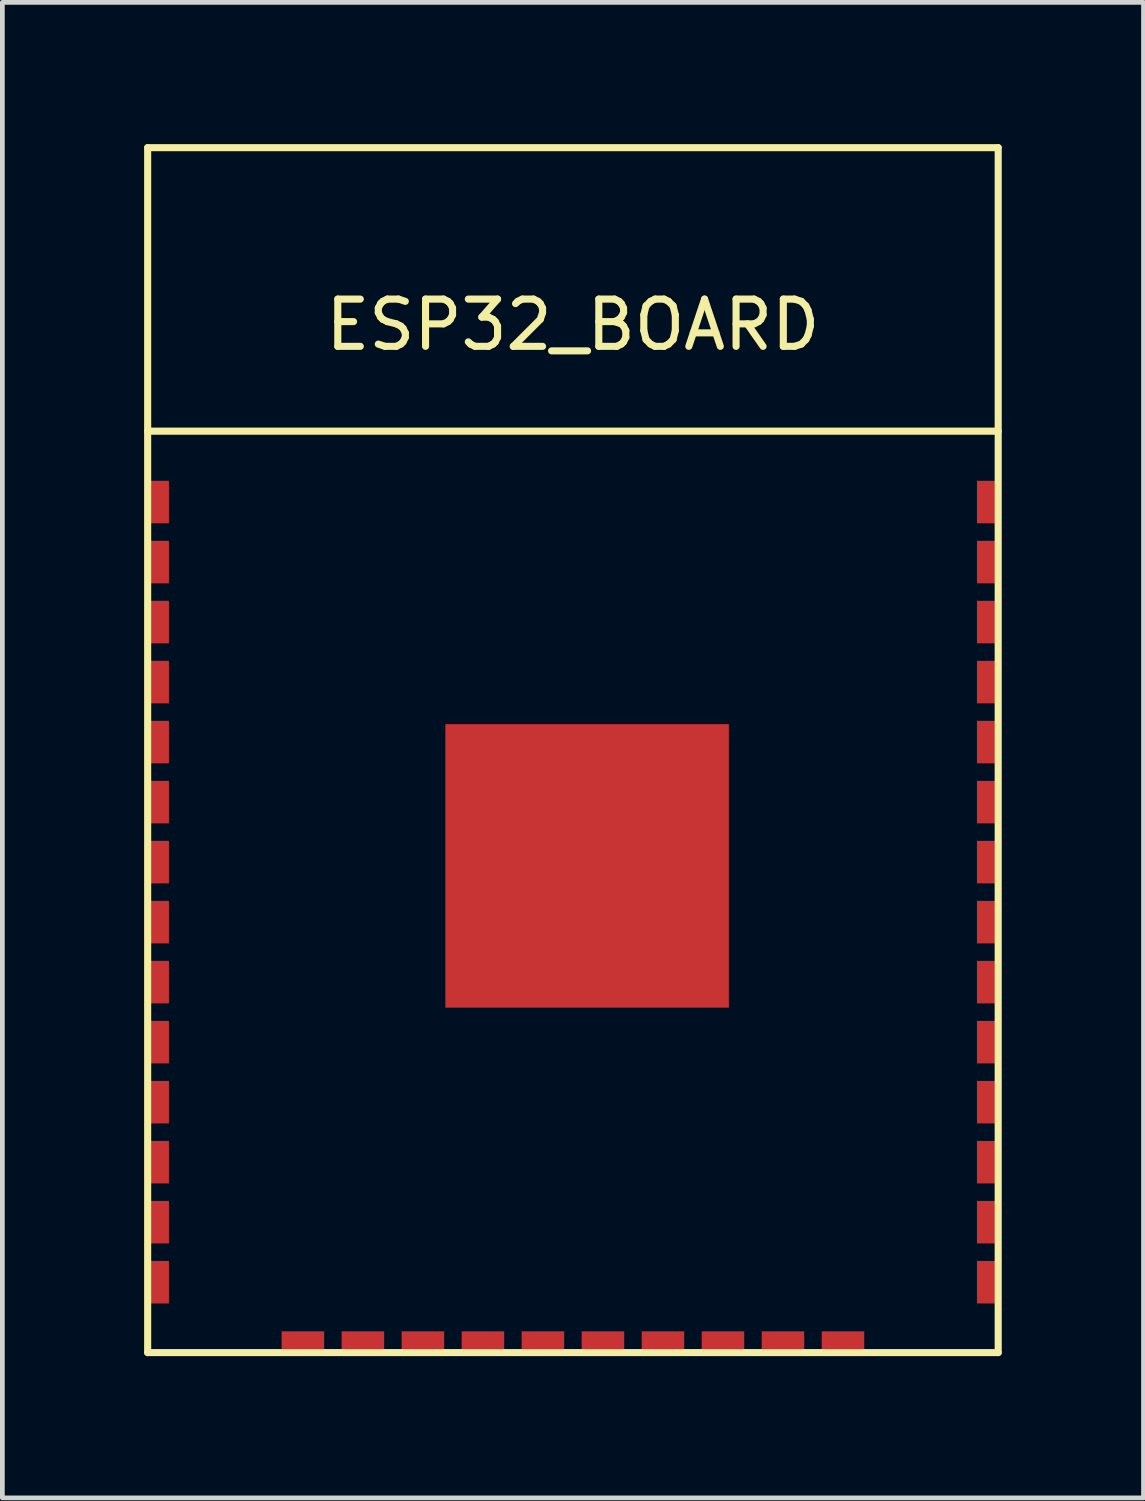
<source format=kicad_pcb>
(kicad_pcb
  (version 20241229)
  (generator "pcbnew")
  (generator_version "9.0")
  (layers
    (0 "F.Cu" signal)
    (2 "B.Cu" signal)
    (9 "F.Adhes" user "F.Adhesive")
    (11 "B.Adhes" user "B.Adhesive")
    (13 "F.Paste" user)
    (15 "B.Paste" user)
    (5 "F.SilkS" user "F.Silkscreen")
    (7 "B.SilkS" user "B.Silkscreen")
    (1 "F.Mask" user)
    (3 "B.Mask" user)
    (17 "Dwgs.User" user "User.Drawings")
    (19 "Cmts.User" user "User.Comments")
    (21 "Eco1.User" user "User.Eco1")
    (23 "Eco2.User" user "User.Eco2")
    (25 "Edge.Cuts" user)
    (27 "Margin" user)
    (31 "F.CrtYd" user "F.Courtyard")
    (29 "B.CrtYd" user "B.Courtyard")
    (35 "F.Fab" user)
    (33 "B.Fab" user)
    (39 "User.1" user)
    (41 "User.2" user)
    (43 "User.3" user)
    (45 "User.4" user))
  (footprint "ESP32_BOARD"
    (layer "F.Cu")
    (at 9.075 12.825)
    (property "Reference" "ESP32_BOARD" (at 0 -9 0) (layer "F.SilkS") (effects (font (size 1 1) (thickness 0.15))))
    (attr through_hole)
    (fp_line (start -9 -12.75) (end 9 -12.75) (stroke (width 0.15) (type solid)) (layer "F.SilkS"))
    (fp_line (start -9 -6.75) (end 9 -6.75) (stroke (width 0.15) (type solid)) (layer "F.SilkS"))
    (fp_line (start -9 12.75) (end -9 -12.75) (stroke (width 0.15) (type solid)) (layer "F.SilkS"))
    (fp_line (start 9 -12.75) (end 9 12.75) (stroke (width 0.15) (type solid)) (layer "F.SilkS"))
    (fp_line (start 9 12.75) (end -9 12.75) (stroke (width 0.15) (type solid)) (layer "F.SilkS"))
    (pad "1" smd rect (at -8.775 -5.25) (size 0.45 0.9) (layers "F.Cu" "F.Mask" "F.Paste"))
    (pad "2" smd rect (at -8.775 -3.98) (size 0.45 0.9) (layers "F.Cu" "F.Mask" "F.Paste"))
    (pad "3" smd rect (at -8.775 -2.71) (size 0.45 0.9) (layers "F.Cu" "F.Mask" "F.Paste"))
    (pad "4" smd rect (at -8.775 -1.44) (size 0.45 0.9) (layers "F.Cu" "F.Mask" "F.Paste"))
    (pad "5" smd rect (at -8.775 -0.17) (size 0.45 0.9) (layers "F.Cu" "F.Mask" "F.Paste"))
    (pad "6" smd rect (at -8.775 1.1) (size 0.45 0.9) (layers "F.Cu" "F.Mask" "F.Paste"))
    (pad "7" smd rect (at -8.775 2.37) (size 0.45 0.9) (layers "F.Cu" "F.Mask" "F.Paste"))
    (pad "8" smd rect (at -8.775 3.64) (size 0.45 0.9) (layers "F.Cu" "F.Mask" "F.Paste"))
    (pad "9" smd rect (at -8.775 4.91) (size 0.45 0.9) (layers "F.Cu" "F.Mask" "F.Paste"))
    (pad "10" smd rect (at -8.775 6.18) (size 0.45 0.9) (layers "F.Cu" "F.Mask" "F.Paste"))
    (pad "11" smd rect (at -8.775 7.45) (size 0.45 0.9) (layers "F.Cu" "F.Mask" "F.Paste"))
    (pad "12" smd rect (at -8.775 8.72) (size 0.45 0.9) (layers "F.Cu" "F.Mask" "F.Paste"))
    (pad "13" smd rect (at -8.775 9.99) (size 0.45 0.9) (layers "F.Cu" "F.Mask" "F.Paste"))
    (pad "14" smd rect (at -8.775 11.26) (size 0.45 0.9) (layers "F.Cu" "F.Mask" "F.Paste"))
    (pad "15" smd rect (at -5.715 12.525) (size 0.9 0.45) (layers "F.Cu" "F.Mask" "F.Paste"))
    (pad "16" smd rect (at -4.445 12.525) (size 0.9 0.45) (layers "F.Cu" "F.Mask" "F.Paste"))
    (pad "17" smd rect (at -3.175 12.525) (size 0.9 0.45) (layers "F.Cu" "F.Mask" "F.Paste"))
    (pad "18" smd rect (at -1.905 12.525) (size 0.9 0.45) (layers "F.Cu" "F.Mask" "F.Paste"))
    (pad "19" smd rect (at -0.635 12.525) (size 0.9 0.45) (layers "F.Cu" "F.Mask" "F.Paste"))
    (pad "20" smd rect (at 0.635 12.525) (size 0.9 0.45) (layers "F.Cu" "F.Mask" "F.Paste"))
    (pad "21" smd rect (at 1.905 12.525) (size 0.9 0.45) (layers "F.Cu" "F.Mask" "F.Paste"))
    (pad "22" smd rect (at 3.175 12.525) (size 0.9 0.45) (layers "F.Cu" "F.Mask" "F.Paste"))
    (pad "23" smd rect (at 4.445 12.525) (size 0.9 0.45) (layers "F.Cu" "F.Mask" "F.Paste"))
    (pad "24" smd rect (at 5.715 12.525) (size 0.9 0.45) (layers "F.Cu" "F.Mask" "F.Paste"))
    (pad "25" smd rect (at 8.775 11.26) (size 0.45 0.9) (layers "F.Cu" "F.Mask" "F.Paste"))
    (pad "26" smd rect (at 8.775 9.99) (size 0.45 0.9) (layers "F.Cu" "F.Mask" "F.Paste"))
    (pad "27" smd rect (at 8.775 8.72) (size 0.45 0.9) (layers "F.Cu" "F.Mask" "F.Paste"))
    (pad "28" smd rect (at 8.775 7.45) (size 0.45 0.9) (layers "F.Cu" "F.Mask" "F.Paste"))
    (pad "29" smd rect (at 8.775 6.18) (size 0.45 0.9) (layers "F.Cu" "F.Mask" "F.Paste"))
    (pad "30" smd rect (at 8.775 4.91) (size 0.45 0.9) (layers "F.Cu" "F.Mask" "F.Paste"))
    (pad "31" smd rect (at 8.775 3.64) (size 0.45 0.9) (layers "F.Cu" "F.Mask" "F.Paste"))
    (pad "32" smd rect (at 8.775 2.37) (size 0.45 0.9) (layers "F.Cu" "F.Mask" "F.Paste"))
    (pad "33" smd rect (at 8.775 1.1) (size 0.45 0.9) (layers "F.Cu" "F.Mask" "F.Paste"))
    (pad "34" smd rect (at 8.775 -0.17) (size 0.45 0.9) (layers "F.Cu" "F.Mask" "F.Paste"))
    (pad "35" smd rect (at 8.775 -1.44) (size 0.45 0.9) (layers "F.Cu" "F.Mask" "F.Paste"))
    (pad "36" smd rect (at 8.775 -2.71) (size 0.45 0.9) (layers "F.Cu" "F.Mask" "F.Paste"))
    (pad "37" smd rect (at 8.775 -3.98) (size 0.45 0.9) (layers "F.Cu" "F.Mask" "F.Paste"))
    (pad "38" smd rect (at 8.775 -5.25) (size 0.45 0.9) (layers "F.Cu" "F.Mask" "F.Paste"))
    (pad "39" smd rect (at 0.3 2.45) (size 6 6) (layers "F.Cu" "F.Mask" "F.Paste")))
  (gr_rect
    (start -3 -3)
    (end 21.15 28.65)
    (stroke (width 0.1) (type default))
    (fill no)
    (layer "Edge.Cuts")))
</source>
